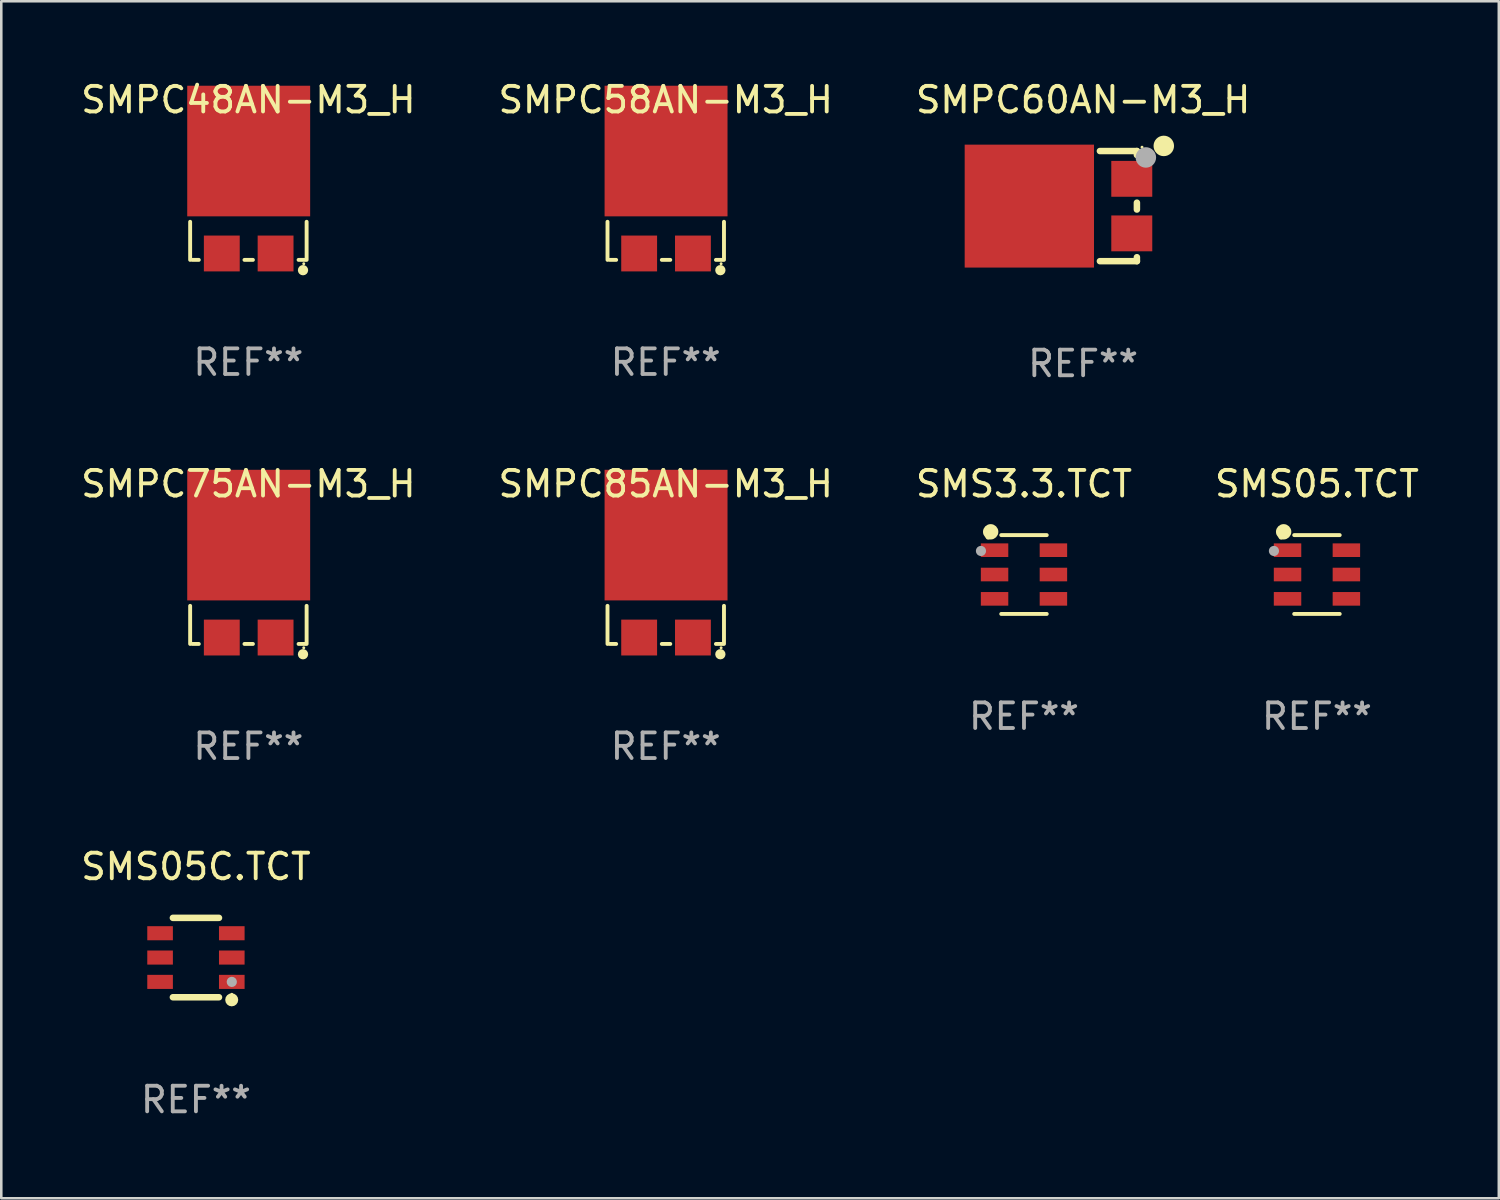
<source format=kicad_pcb>
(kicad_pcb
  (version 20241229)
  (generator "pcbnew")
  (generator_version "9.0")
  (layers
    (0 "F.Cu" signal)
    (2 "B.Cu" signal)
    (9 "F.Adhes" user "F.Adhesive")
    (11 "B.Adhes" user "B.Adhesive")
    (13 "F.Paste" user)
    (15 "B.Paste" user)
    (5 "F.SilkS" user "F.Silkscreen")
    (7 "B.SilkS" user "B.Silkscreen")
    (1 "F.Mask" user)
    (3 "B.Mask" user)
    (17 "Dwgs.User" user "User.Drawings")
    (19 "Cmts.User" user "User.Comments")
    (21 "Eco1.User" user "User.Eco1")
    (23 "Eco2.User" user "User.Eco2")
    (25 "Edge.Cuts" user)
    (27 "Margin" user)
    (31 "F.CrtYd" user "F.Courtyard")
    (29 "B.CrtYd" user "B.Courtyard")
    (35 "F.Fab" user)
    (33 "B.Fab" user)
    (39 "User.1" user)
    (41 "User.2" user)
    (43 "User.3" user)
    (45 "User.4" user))
  (footprint "SMS05C.TCT"
    (layer "F.Cu")
    (at 4.601 34.341)
    (property "Reference" "SMS05C.TCT" (at 0 -3.55 0) (layer "F.SilkS") (effects (font (size 1 1) (thickness 0.15))))
    (attr through_hole)
    (fp_line (start -0.9 -1.55) (end 0.9 -1.55) (stroke (width 0.254) (type solid)) (layer "F.SilkS"))
    (fp_line (start -0.9 1.55) (end 0.9 1.55) (stroke (width 0.254) (type solid)) (layer "F.SilkS"))
    (fp_circle (center 1.397 1.651) (end 1.524 1.651) (stroke (width 0.254) (type solid)) (fill no) (layer "F.SilkS"))
    (fp_circle (center 1.4 1.435) (end 1.43 1.435) (stroke (width 0.06) (type solid)) (fill no) (layer "F.SilkS"))
    (fp_circle (center 1.4 0.95) (end 1.5 0.95) (stroke (width 0.2) (type solid)) (fill no) (layer "F.Fab"))
    (fp_text user "REF**" (at 0 5.55 0) (layer "F.Fab") (effects (font (size 1 1) (thickness 0.15))))
    (pad "1" smd rect (at 1.4 0.95) (size 1 0.55) (layers "F.Cu" "F.Mask" "F.Paste"))
    (pad "2" smd rect (at 1.4 -0.000102) (size 1 0.55) (layers "F.Cu" "F.Mask" "F.Paste"))
    (pad "3" smd rect (at 1.4 -0.95) (size 1 0.55) (layers "F.Cu" "F.Mask" "F.Paste"))
    (pad "4" smd rect (at -1.4 -0.95) (size 1 0.55) (layers "F.Cu" "F.Mask" "F.Paste"))
    (pad "5" smd rect (at -1.4 -0.000102) (size 1 0.55) (layers "F.Cu" "F.Mask" "F.Paste"))
    (pad "6" smd rect (at -1.4 0.95) (size 1 0.55) (layers "F.Cu" "F.Mask" "F.Paste")))
  (footprint "SMPC85AN-M3_H"
    (layer "F.Cu")
    (at 22.946 19.97)
    (property "Reference" "SMPC85AN-M3_H" (at 0 -4.125 0) (layer "F.SilkS") (effects (font (size 1 1) (thickness 0.15))))
    (attr through_hole)
    (fp_line (start -2.274 0.637) (end -2.274 2.125) (stroke (width 0.152) (type solid)) (layer "F.SilkS"))
    (fp_line (start -1.936 2.125) (end -2.188 2.125) (stroke (width 0.152) (type solid)) (layer "F.SilkS"))
    (fp_line (start 0.177 2.125) (end -0.153 2.125) (stroke (width 0.152) (type solid)) (layer "F.SilkS"))
    (fp_line (start 2.212 2.125) (end 1.96 2.125) (stroke (width 0.152) (type solid)) (layer "F.SilkS"))
    (fp_line (start 2.274 0.637) (end 2.274 2.124) (stroke (width 0.152) (type solid)) (layer "F.SilkS"))
    (fp_circle (center 2.133 2.527) (end 2.234 2.527) (stroke (width 0.2) (type solid)) (fill no) (layer "F.SilkS"))
    (fp_circle (center 2.162 2.275) (end 2.192 2.275) (stroke (width 0.06) (type solid)) (fill no) (layer "F.SilkS"))
    (fp_text user "REF**" (at 0 6.125 0) (layer "F.Fab") (effects (font (size 1 1) (thickness 0.15))))
    (pad "1" smd rect (at 1.062 1.875) (size 1.4 1.4) (layers "F.Cu" "F.Mask" "F.Paste"))
    (pad "2" smd rect (at -1.038 1.875) (size 1.4 1.4) (layers "F.Cu" "F.Mask" "F.Paste"))
    (pad "3" smd rect (at 0.012 -2.125) (size 4.8 5.1) (layers "F.Cu" "F.Mask" "F.Paste")))
  (footprint "SMS3.3.TCT"
    (layer "F.Cu")
    (at 36.935 19.384)
    (property "Reference" "SMS3.3.TCT" (at 0 -3.539 0) (layer "F.SilkS") (effects (font (size 1 1) (thickness 0.15))))
    (attr through_hole)
    (fp_line (start -0.889 -1.539) (end 0.889 -1.539) (stroke (width 0.152) (type solid)) (layer "F.SilkS"))
    (fp_line (start -0.889 1.539) (end 0.889 1.539) (stroke (width 0.152) (type solid)) (layer "F.SilkS"))
    (fp_circle (center -1.4 -1.463) (end -1.35 -1.463) (stroke (width 0.1) (type solid)) (fill no) (layer "F.SilkS"))
    (fp_circle (center -1.301 -1.668) (end -1.151 -1.668) (stroke (width 0.3) (type solid)) (fill no) (layer "F.SilkS"))
    (fp_circle (center -1.68 -0.92) (end -1.58 -0.92) (stroke (width 0.2) (type solid)) (fill no) (layer "F.Fab"))
    (fp_text user "REF**" (at 0 5.539 0) (layer "F.Fab") (effects (font (size 1 1) (thickness 0.15))))
    (pad "1" smd rect (at -1.149 -0.95 270) (size 0.532 1.072) (layers "F.Cu" "F.Mask" "F.Paste"))
    (pad "2" smd rect (at -1.149 0.000102 270) (size 0.532 1.072) (layers "F.Cu" "F.Mask" "F.Paste"))
    (pad "3" smd rect (at -1.149 0.95 270) (size 0.532 1.072) (layers "F.Cu" "F.Mask" "F.Paste"))
    (pad "4" smd rect (at 1.149 0.95 270) (size 0.532 1.072) (layers "F.Cu" "F.Mask" "F.Paste"))
    (pad "5" smd rect (at 1.149 0.000102 270) (size 0.532 1.072) (layers "F.Cu" "F.Mask" "F.Paste"))
    (pad "6" smd rect (at 1.149 -0.95 270) (size 0.532 1.072) (layers "F.Cu" "F.Mask" "F.Paste")))
  (footprint "SMPC60AN-M3_H"
    (layer "F.Cu")
    (at 39.244 4.998)
    (property "Reference" "SMPC60AN-M3_H" (at 0 -4.15 0) (layer "F.SilkS") (effects (font (size 1 1) (thickness 0.15))))
    (attr through_hole)
    (fp_line (start 0.656 -2.15) (end 2.1 -2.15) (stroke (width 0.254) (type solid)) (layer "F.SilkS"))
    (fp_line (start 2.1 -2.15) (end 2.1 -1.996) (stroke (width 0.254) (type solid)) (layer "F.SilkS"))
    (fp_line (start 2.1 -0.134) (end 2.1 0.134) (stroke (width 0.254) (type solid)) (layer "F.SilkS"))
    (fp_line (start 2.1 1.996) (end 2.1 2.15) (stroke (width 0.254) (type solid)) (layer "F.SilkS"))
    (fp_line (start 2.1 2.15) (end 0.656 2.15) (stroke (width 0.254) (type solid)) (layer "F.SilkS"))
    (fp_circle (center 2.3 -2.3) (end 2.33 -2.3) (stroke (width 0.06) (type solid)) (fill no) (layer "F.SilkS"))
    (fp_circle (center 3.15 -2.35) (end 3.35 -2.35) (stroke (width 0.4) (type solid)) (fill no) (layer "F.SilkS"))
    (fp_circle (center 2.45 -1.9) (end 2.65 -1.9) (stroke (width 0.4) (type solid)) (fill no) (layer "F.Fab"))
    (fp_text user "REF**" (at 0 6.15 0) (layer "F.Fab") (effects (font (size 1 1) (thickness 0.15))))
    (pad "1" smd rect (at 1.9 -1.065) (size 1.6 1.4) (layers "F.Cu" "F.Mask" "F.Paste"))
    (pad "2" smd rect (at 1.9 1.065) (size 1.6 1.4) (layers "F.Cu" "F.Mask" "F.Paste"))
    (pad "3" smd rect (at -2.1 -0.000013) (size 5.05 4.8) (layers "F.Cu" "F.Mask" "F.Paste")))
  (footprint "SMPC48AN-M3_H"
    (layer "F.Cu")
    (at 6.649 4.973)
    (property "Reference" "SMPC48AN-M3_H" (at 0 -4.125 0) (layer "F.SilkS") (effects (font (size 1 1) (thickness 0.15))))
    (attr through_hole)
    (fp_line (start -2.274 0.637) (end -2.274 2.125) (stroke (width 0.152) (type solid)) (layer "F.SilkS"))
    (fp_line (start -1.936 2.125) (end -2.188 2.125) (stroke (width 0.152) (type solid)) (layer "F.SilkS"))
    (fp_line (start 0.177 2.125) (end -0.153 2.125) (stroke (width 0.152) (type solid)) (layer "F.SilkS"))
    (fp_line (start 2.212 2.125) (end 1.96 2.125) (stroke (width 0.152) (type solid)) (layer "F.SilkS"))
    (fp_line (start 2.274 0.637) (end 2.274 2.124) (stroke (width 0.152) (type solid)) (layer "F.SilkS"))
    (fp_circle (center 2.133 2.527) (end 2.234 2.527) (stroke (width 0.2) (type solid)) (fill no) (layer "F.SilkS"))
    (fp_circle (center 2.162 2.275) (end 2.192 2.275) (stroke (width 0.06) (type solid)) (fill no) (layer "F.SilkS"))
    (fp_text user "REF**" (at 0 6.125 0) (layer "F.Fab") (effects (font (size 1 1) (thickness 0.15))))
    (pad "1" smd rect (at 1.062 1.875) (size 1.4 1.4) (layers "F.Cu" "F.Mask" "F.Paste"))
    (pad "2" smd rect (at -1.038 1.875) (size 1.4 1.4) (layers "F.Cu" "F.Mask" "F.Paste"))
    (pad "3" smd rect (at 0.012 -2.125) (size 4.8 5.1) (layers "F.Cu" "F.Mask" "F.Paste")))
  (footprint "SMPC58AN-M3_H"
    (layer "F.Cu")
    (at 22.946 4.973)
    (property "Reference" "SMPC58AN-M3_H" (at 0 -4.125 0) (layer "F.SilkS") (effects (font (size 1 1) (thickness 0.15))))
    (attr through_hole)
    (fp_line (start -2.274 0.637) (end -2.274 2.125) (stroke (width 0.152) (type solid)) (layer "F.SilkS"))
    (fp_line (start -1.936 2.125) (end -2.188 2.125) (stroke (width 0.152) (type solid)) (layer "F.SilkS"))
    (fp_line (start 0.177 2.125) (end -0.153 2.125) (stroke (width 0.152) (type solid)) (layer "F.SilkS"))
    (fp_line (start 2.212 2.125) (end 1.96 2.125) (stroke (width 0.152) (type solid)) (layer "F.SilkS"))
    (fp_line (start 2.274 0.637) (end 2.274 2.124) (stroke (width 0.152) (type solid)) (layer "F.SilkS"))
    (fp_circle (center 2.133 2.527) (end 2.234 2.527) (stroke (width 0.2) (type solid)) (fill no) (layer "F.SilkS"))
    (fp_circle (center 2.162 2.275) (end 2.192 2.275) (stroke (width 0.06) (type solid)) (fill no) (layer "F.SilkS"))
    (fp_text user "REF**" (at 0 6.125 0) (layer "F.Fab") (effects (font (size 1 1) (thickness 0.15))))
    (pad "1" smd rect (at 1.062 1.875) (size 1.4 1.4) (layers "F.Cu" "F.Mask" "F.Paste"))
    (pad "2" smd rect (at -1.038 1.875) (size 1.4 1.4) (layers "F.Cu" "F.Mask" "F.Paste"))
    (pad "3" smd rect (at 0.012 -2.125) (size 4.8 5.1) (layers "F.Cu" "F.Mask" "F.Paste")))
  (footprint "SMPC75AN-M3_H"
    (layer "F.Cu")
    (at 6.649 19.97)
    (property "Reference" "SMPC75AN-M3_H" (at 0 -4.125 0) (layer "F.SilkS") (effects (font (size 1 1) (thickness 0.15))))
    (attr through_hole)
    (fp_line (start -2.274 0.637) (end -2.274 2.125) (stroke (width 0.152) (type solid)) (layer "F.SilkS"))
    (fp_line (start -1.936 2.125) (end -2.188 2.125) (stroke (width 0.152) (type solid)) (layer "F.SilkS"))
    (fp_line (start 0.177 2.125) (end -0.153 2.125) (stroke (width 0.152) (type solid)) (layer "F.SilkS"))
    (fp_line (start 2.212 2.125) (end 1.96 2.125) (stroke (width 0.152) (type solid)) (layer "F.SilkS"))
    (fp_line (start 2.274 0.637) (end 2.274 2.124) (stroke (width 0.152) (type solid)) (layer "F.SilkS"))
    (fp_circle (center 2.133 2.527) (end 2.234 2.527) (stroke (width 0.2) (type solid)) (fill no) (layer "F.SilkS"))
    (fp_circle (center 2.162 2.275) (end 2.192 2.275) (stroke (width 0.06) (type solid)) (fill no) (layer "F.SilkS"))
    (fp_text user "REF**" (at 0 6.125 0) (layer "F.Fab") (effects (font (size 1 1) (thickness 0.15))))
    (pad "1" smd rect (at 1.062 1.875) (size 1.4 1.4) (layers "F.Cu" "F.Mask" "F.Paste"))
    (pad "2" smd rect (at -1.038 1.875) (size 1.4 1.4) (layers "F.Cu" "F.Mask" "F.Paste"))
    (pad "3" smd rect (at 0.012 -2.125) (size 4.8 5.1) (layers "F.Cu" "F.Mask" "F.Paste")))
  (footprint "SMS05.TCT"
    (layer "F.Cu")
    (at 48.375 19.384)
    (property "Reference" "SMS05.TCT" (at 0 -3.539 0) (layer "F.SilkS") (effects (font (size 1 1) (thickness 0.15))))
    (attr through_hole)
    (fp_line (start -0.889 -1.539) (end 0.889 -1.539) (stroke (width 0.152) (type solid)) (layer "F.SilkS"))
    (fp_line (start -0.889 1.539) (end 0.889 1.539) (stroke (width 0.152) (type solid)) (layer "F.SilkS"))
    (fp_circle (center -1.4 -1.463) (end -1.35 -1.463) (stroke (width 0.1) (type solid)) (fill no) (layer "F.SilkS"))
    (fp_circle (center -1.301 -1.668) (end -1.151 -1.668) (stroke (width 0.3) (type solid)) (fill no) (layer "F.SilkS"))
    (fp_circle (center -1.68 -0.92) (end -1.58 -0.92) (stroke (width 0.2) (type solid)) (fill no) (layer "F.Fab"))
    (fp_text user "REF**" (at 0 5.539 0) (layer "F.Fab") (effects (font (size 1 1) (thickness 0.15))))
    (pad "1" smd rect (at -1.149 -0.95 270) (size 0.532 1.072) (layers "F.Cu" "F.Mask" "F.Paste"))
    (pad "2" smd rect (at -1.149 0.000102 270) (size 0.532 1.072) (layers "F.Cu" "F.Mask" "F.Paste"))
    (pad "3" smd rect (at -1.149 0.95 270) (size 0.532 1.072) (layers "F.Cu" "F.Mask" "F.Paste"))
    (pad "4" smd rect (at 1.149 0.95 270) (size 0.532 1.072) (layers "F.Cu" "F.Mask" "F.Paste"))
    (pad "5" smd rect (at 1.149 0.000102 270) (size 0.532 1.072) (layers "F.Cu" "F.Mask" "F.Paste"))
    (pad "6" smd rect (at 1.149 -0.95 270) (size 0.532 1.072) (layers "F.Cu" "F.Mask" "F.Paste")))
  (gr_rect
    (start -3 -3)
    (end 55.476 43.74)
    (stroke (width 0.1) (type default))
    (fill no)
    (layer "Edge.Cuts")))
</source>
